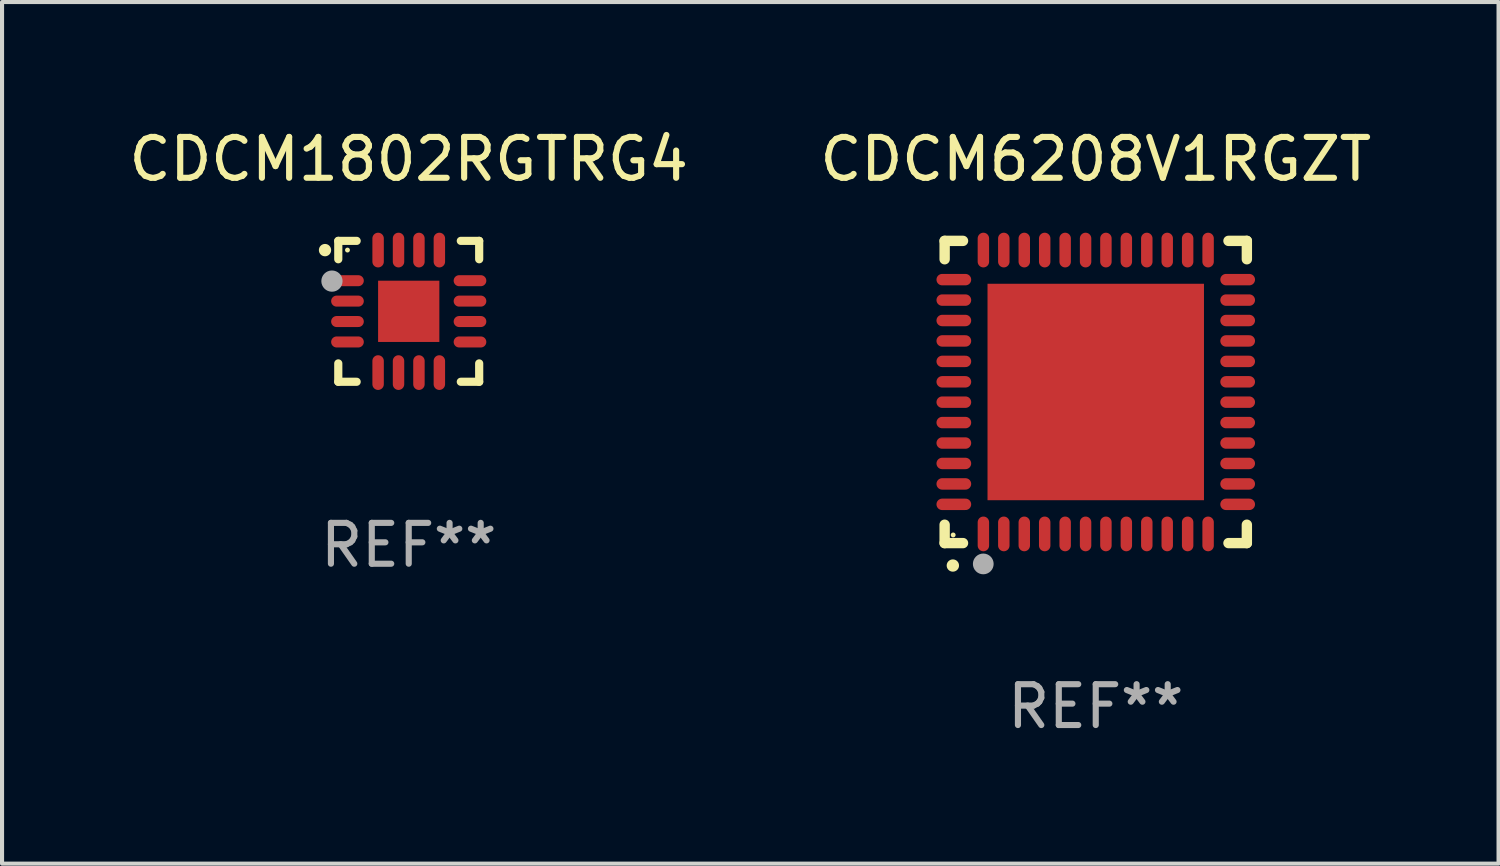
<source format=kicad_pcb>
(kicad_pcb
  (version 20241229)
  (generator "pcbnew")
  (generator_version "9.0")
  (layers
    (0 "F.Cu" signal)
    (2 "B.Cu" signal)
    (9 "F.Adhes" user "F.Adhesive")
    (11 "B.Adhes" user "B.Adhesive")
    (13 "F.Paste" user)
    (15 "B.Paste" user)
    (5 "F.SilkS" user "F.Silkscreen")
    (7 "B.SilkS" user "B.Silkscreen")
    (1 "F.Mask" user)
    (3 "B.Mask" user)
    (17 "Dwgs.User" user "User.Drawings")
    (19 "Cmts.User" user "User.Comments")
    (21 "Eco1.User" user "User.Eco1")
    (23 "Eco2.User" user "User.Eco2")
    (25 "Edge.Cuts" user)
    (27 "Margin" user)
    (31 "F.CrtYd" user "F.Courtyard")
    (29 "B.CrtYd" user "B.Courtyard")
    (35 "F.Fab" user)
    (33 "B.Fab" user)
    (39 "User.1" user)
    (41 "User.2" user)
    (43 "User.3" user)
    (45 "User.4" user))
  (footprint "CDCM6208V1RGZT"
    (layer "F.Cu")
    (at 23.78 6.548)
    (property "Reference" "CDCM6208V1RGZT" (at 0 -5.7 0) (layer "F.SilkS") (effects (font (size 1 1) (thickness 0.15))))
    (attr through_hole)
    (fp_line (start -3.7 -3.7) (end -3.25 -3.7) (stroke (width 0.254) (type solid)) (layer "F.SilkS"))
    (fp_line (start -3.7 -3.25) (end -3.7 -3.7) (stroke (width 0.254) (type solid)) (layer "F.SilkS"))
    (fp_line (start -3.7 3.7) (end -3.7 3.25) (stroke (width 0.254) (type solid)) (layer "F.SilkS"))
    (fp_line (start -3.25 3.7) (end -3.7 3.7) (stroke (width 0.254) (type solid)) (layer "F.SilkS"))
    (fp_line (start 3.25 3.7) (end 3.7 3.7) (stroke (width 0.254) (type solid)) (layer "F.SilkS"))
    (fp_line (start 3.7 -3.7) (end 3.25 -3.7) (stroke (width 0.254) (type solid)) (layer "F.SilkS"))
    (fp_line (start 3.7 -3.25) (end 3.7 -3.7) (stroke (width 0.254) (type solid)) (layer "F.SilkS"))
    (fp_line (start 3.7 3.7) (end 3.7 3.25) (stroke (width 0.254) (type solid)) (layer "F.SilkS"))
    (fp_arc (start -3.500127 4.249428) (mid -3.498857 4.249423) (end -3.497587 4.249428) (stroke (width 0.3) (type solid)) (layer "F.SilkS"))
    (fp_circle (center -3.491 3.501) (end -3.461 3.501) (stroke (width 0.06) (type solid)) (fill no) (layer "F.SilkS"))
    (fp_circle (center -2.754 4.21) (end -2.627 4.21) (stroke (width 0.254) (type solid)) (fill no) (layer "F.Fab"))
    (fp_text user "REF**" (at 0 7.7 0) (layer "F.Fab") (effects (font (size 1 1) (thickness 0.15))))
    (pad "1" smd oval (at -2.751 3.475) (size 0.28 0.85) (layers "F.Cu" "F.Mask" "F.Paste"))
    (pad "2" smd oval (at -2.251 3.475) (size 0.28 0.85) (layers "F.Cu" "F.Mask" "F.Paste"))
    (pad "3" smd oval (at -1.75 3.475) (size 0.28 0.85) (layers "F.Cu" "F.Mask" "F.Paste"))
    (pad "4" smd oval (at -1.25 3.475) (size 0.28 0.85) (layers "F.Cu" "F.Mask" "F.Paste"))
    (pad "5" smd oval (at -0.749 3.475) (size 0.28 0.85) (layers "F.Cu" "F.Mask" "F.Paste"))
    (pad "6" smd oval (at -0.249 3.475) (size 0.28 0.85) (layers "F.Cu" "F.Mask" "F.Paste"))
    (pad "7" smd oval (at 0.249 3.475) (size 0.28 0.85) (layers "F.Cu" "F.Mask" "F.Paste"))
    (pad "8" smd oval (at 0.749 3.475) (size 0.28 0.85) (layers "F.Cu" "F.Mask" "F.Paste"))
    (pad "9" smd oval (at 1.25 3.475) (size 0.28 0.85) (layers "F.Cu" "F.Mask" "F.Paste"))
    (pad "10" smd oval (at 1.75 3.475) (size 0.28 0.85) (layers "F.Cu" "F.Mask" "F.Paste"))
    (pad "11" smd oval (at 2.25 3.475) (size 0.28 0.85) (layers "F.Cu" "F.Mask" "F.Paste"))
    (pad "12" smd oval (at 2.751 3.475) (size 0.28 0.85) (layers "F.Cu" "F.Mask" "F.Paste"))
    (pad "13" smd oval (at 3.475 2.751) (size 0.85 0.28) (layers "F.Cu" "F.Mask" "F.Paste"))
    (pad "14" smd oval (at 3.475 2.251) (size 0.85 0.28) (layers "F.Cu" "F.Mask" "F.Paste"))
    (pad "15" smd oval (at 3.475 1.75) (size 0.85 0.28) (layers "F.Cu" "F.Mask" "F.Paste"))
    (pad "16" smd oval (at 3.475 1.25) (size 0.85 0.28) (layers "F.Cu" "F.Mask" "F.Paste"))
    (pad "17" smd oval (at 3.475 0.749) (size 0.85 0.28) (layers "F.Cu" "F.Mask" "F.Paste"))
    (pad "18" smd oval (at 3.475 0.249) (size 0.85 0.28) (layers "F.Cu" "F.Mask" "F.Paste"))
    (pad "19" smd oval (at 3.475 -0.249) (size 0.85 0.28) (layers "F.Cu" "F.Mask" "F.Paste"))
    (pad "20" smd oval (at 3.475 -0.749) (size 0.85 0.28) (layers "F.Cu" "F.Mask" "F.Paste"))
    (pad "21" smd oval (at 3.475 -1.25) (size 0.85 0.28) (layers "F.Cu" "F.Mask" "F.Paste"))
    (pad "22" smd oval (at 3.475 -1.75) (size 0.85 0.28) (layers "F.Cu" "F.Mask" "F.Paste"))
    (pad "23" smd oval (at 3.475 -2.25) (size 0.85 0.28) (layers "F.Cu" "F.Mask" "F.Paste"))
    (pad "24" smd oval (at 3.475 -2.751) (size 0.85 0.28) (layers "F.Cu" "F.Mask" "F.Paste"))
    (pad "25" smd oval (at 2.751 -3.475) (size 0.28 0.85) (layers "F.Cu" "F.Mask" "F.Paste"))
    (pad "26" smd oval (at 2.25 -3.475) (size 0.28 0.85) (layers "F.Cu" "F.Mask" "F.Paste"))
    (pad "27" smd oval (at 1.75 -3.475) (size 0.28 0.85) (layers "F.Cu" "F.Mask" "F.Paste"))
    (pad "28" smd oval (at 1.25 -3.475) (size 0.28 0.85) (layers "F.Cu" "F.Mask" "F.Paste"))
    (pad "29" smd oval (at 0.749 -3.475) (size 0.28 0.85) (layers "F.Cu" "F.Mask" "F.Paste"))
    (pad "30" smd oval (at 0.249 -3.475) (size 0.28 0.85) (layers "F.Cu" "F.Mask" "F.Paste"))
    (pad "31" smd oval (at -0.249 -3.475) (size 0.28 0.85) (layers "F.Cu" "F.Mask" "F.Paste"))
    (pad "32" smd oval (at -0.749 -3.475) (size 0.28 0.85) (layers "F.Cu" "F.Mask" "F.Paste"))
    (pad "33" smd oval (at -1.25 -3.475) (size 0.28 0.85) (layers "F.Cu" "F.Mask" "F.Paste"))
    (pad "34" smd oval (at -1.75 -3.475) (size 0.28 0.85) (layers "F.Cu" "F.Mask" "F.Paste"))
    (pad "35" smd oval (at -2.251 -3.475) (size 0.28 0.85) (layers "F.Cu" "F.Mask" "F.Paste"))
    (pad "36" smd oval (at -2.751 -3.475) (size 0.28 0.85) (layers "F.Cu" "F.Mask" "F.Paste"))
    (pad "37" smd oval (at -3.475 -2.751) (size 0.85 0.28) (layers "F.Cu" "F.Mask" "F.Paste"))
    (pad "38" smd oval (at -3.475 -2.25) (size 0.85 0.28) (layers "F.Cu" "F.Mask" "F.Paste"))
    (pad "39" smd oval (at -3.475 -1.75) (size 0.85 0.28) (layers "F.Cu" "F.Mask" "F.Paste"))
    (pad "40" smd oval (at -3.475 -1.25) (size 0.85 0.28) (layers "F.Cu" "F.Mask" "F.Paste"))
    (pad "41" smd oval (at -3.475 -0.749) (size 0.85 0.28) (layers "F.Cu" "F.Mask" "F.Paste"))
    (pad "42" smd oval (at -3.475 -0.249) (size 0.85 0.28) (layers "F.Cu" "F.Mask" "F.Paste"))
    (pad "43" smd oval (at -3.475 0.249) (size 0.85 0.28) (layers "F.Cu" "F.Mask" "F.Paste"))
    (pad "44" smd oval (at -3.475 0.749) (size 0.85 0.28) (layers "F.Cu" "F.Mask" "F.Paste"))
    (pad "45" smd oval (at -3.475 1.25) (size 0.85 0.28) (layers "F.Cu" "F.Mask" "F.Paste"))
    (pad "46" smd oval (at -3.475 1.75) (size 0.85 0.28) (layers "F.Cu" "F.Mask" "F.Paste"))
    (pad "47" smd oval (at -3.475 2.251) (size 0.85 0.28) (layers "F.Cu" "F.Mask" "F.Paste"))
    (pad "48" smd oval (at -3.475 2.751) (size 0.85 0.28) (layers "F.Cu" "F.Mask" "F.Paste"))
    (pad "49" smd rect (at -0.000102 0.000102) (size 5.3 5.3) (layers "F.Cu" "F.Mask" "F.Paste")))
  (footprint "CDCM1802RGTRG4"
    (layer "F.Cu")
    (at 6.958 4.573)
    (property "Reference" "CDCM1802RGTRG4" (at 0 -3.725 0) (layer "F.SilkS") (effects (font (size 1 1) (thickness 0.15))))
    (attr through_hole)
    (fp_line (start -1.725 -1.725) (end -1.275 -1.725) (stroke (width 0.2) (type solid)) (layer "F.SilkS"))
    (fp_line (start -1.725 -1.275) (end -1.725 -1.725) (stroke (width 0.2) (type solid)) (layer "F.SilkS"))
    (fp_line (start -1.725 1.725) (end -1.725 1.275) (stroke (width 0.2) (type solid)) (layer "F.SilkS"))
    (fp_line (start -1.275 1.725) (end -1.725 1.725) (stroke (width 0.2) (type solid)) (layer "F.SilkS"))
    (fp_line (start 1.275 -1.725) (end 1.725 -1.725) (stroke (width 0.2) (type solid)) (layer "F.SilkS"))
    (fp_line (start 1.275 1.725) (end 1.725 1.725) (stroke (width 0.2) (type solid)) (layer "F.SilkS"))
    (fp_line (start 1.725 -1.725) (end 1.725 -1.275) (stroke (width 0.2) (type solid)) (layer "F.SilkS"))
    (fp_line (start 1.725 1.725) (end 1.725 1.275) (stroke (width 0.2) (type solid)) (layer "F.SilkS"))
    (fp_arc (start -2.050038 -1.497511) (mid -2.050043 -1.498781) (end -2.050038 -1.500051) (stroke (width 0.3) (type solid)) (layer "F.SilkS"))
    (fp_circle (center -1.5 -1.5) (end -1.47 -1.5) (stroke (width 0.06) (type solid)) (fill no) (layer "F.SilkS"))
    (fp_circle (center -1.88 -0.74) (end -1.75 -0.74) (stroke (width 0.26) (type solid)) (fill no) (layer "F.Fab"))
    (fp_text user "REF**" (at 0 5.725 0) (layer "F.Fab") (effects (font (size 1 1) (thickness 0.15))))
    (pad "1" smd oval (at -1.5 -0.75) (size 0.8 0.27) (layers "F.Cu" "F.Mask" "F.Paste"))
    (pad "2" smd oval (at -1.5 -0.25) (size 0.8 0.27) (layers "F.Cu" "F.Mask" "F.Paste"))
    (pad "3" smd oval (at -1.5 0.25) (size 0.8 0.27) (layers "F.Cu" "F.Mask" "F.Paste"))
    (pad "4" smd oval (at -1.5 0.75) (size 0.8 0.27) (layers "F.Cu" "F.Mask" "F.Paste"))
    (pad "5" smd oval (at -0.75 1.5) (size 0.28 0.85) (layers "F.Cu" "F.Mask" "F.Paste"))
    (pad "6" smd oval (at -0.25 1.5) (size 0.28 0.85) (layers "F.Cu" "F.Mask" "F.Paste"))
    (pad "7" smd oval (at 0.25 1.5) (size 0.28 0.85) (layers "F.Cu" "F.Mask" "F.Paste"))
    (pad "8" smd oval (at 0.75 1.5) (size 0.28 0.85) (layers "F.Cu" "F.Mask" "F.Paste"))
    (pad "9" smd oval (at 1.5 0.75) (size 0.8 0.27) (layers "F.Cu" "F.Mask" "F.Paste"))
    (pad "10" smd oval (at 1.5 0.25) (size 0.8 0.27) (layers "F.Cu" "F.Mask" "F.Paste"))
    (pad "11" smd oval (at 1.5 -0.25) (size 0.8 0.27) (layers "F.Cu" "F.Mask" "F.Paste"))
    (pad "12" smd oval (at 1.5 -0.75) (size 0.8 0.27) (layers "F.Cu" "F.Mask" "F.Paste"))
    (pad "13" smd oval (at 0.75 -1.5) (size 0.28 0.85) (layers "F.Cu" "F.Mask" "F.Paste"))
    (pad "14" smd oval (at 0.25 -1.5) (size 0.28 0.85) (layers "F.Cu" "F.Mask" "F.Paste"))
    (pad "15" smd oval (at -0.25 -1.5) (size 0.28 0.85) (layers "F.Cu" "F.Mask" "F.Paste"))
    (pad "16" smd oval (at -0.75 -1.5) (size 0.28 0.85) (layers "F.Cu" "F.Mask" "F.Paste"))
    (pad "17" smd rect (at -0.000051 -0.000051) (size 1.5 1.5) (layers "F.Cu" "F.Mask" "F.Paste")))
  (gr_rect
    (start -3 -3)
    (end 33.643 18.097)
    (stroke (width 0.1) (type default))
    (fill no)
    (layer "Edge.Cuts")))
</source>
